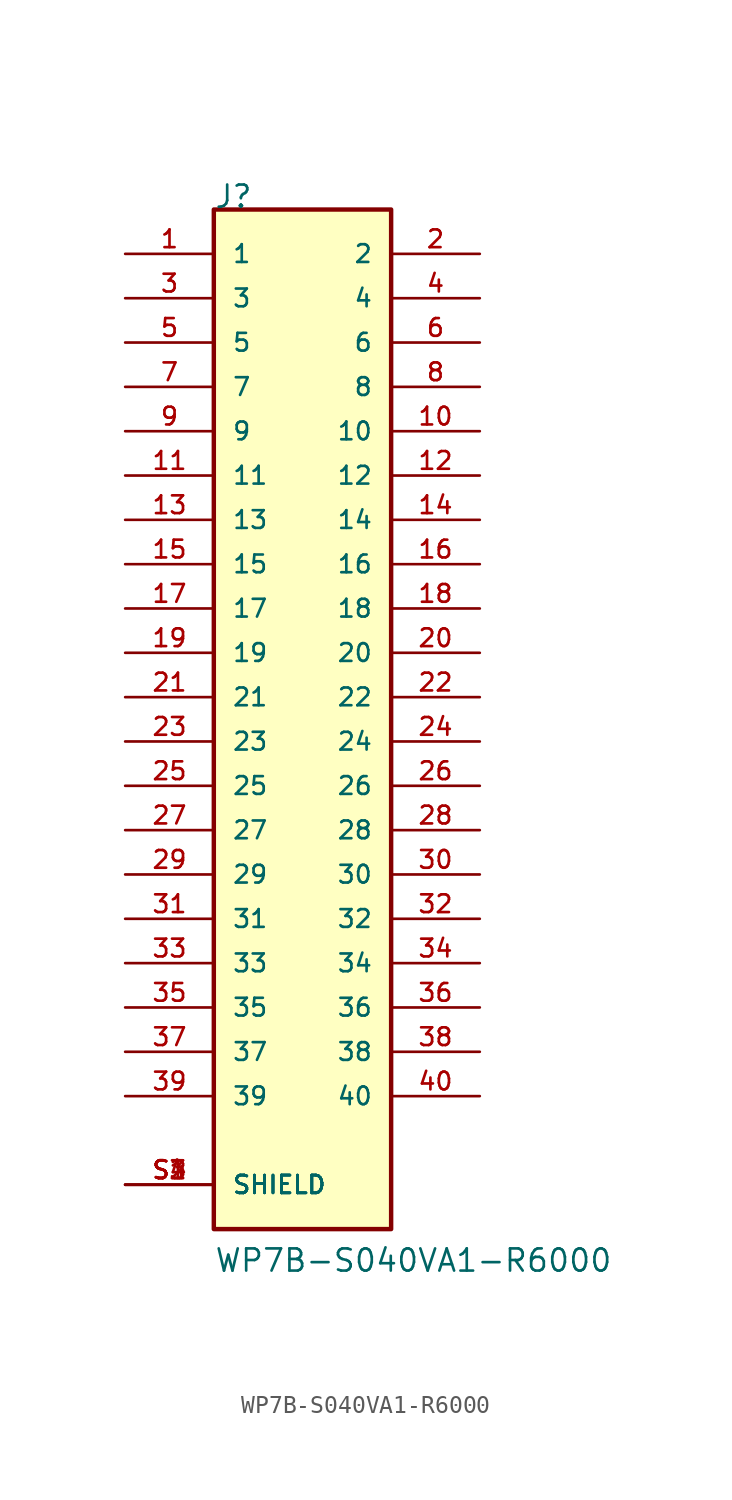
<source format=kicad_sym>
(kicad_symbol_lib
  (version 20241209)
  (generator "kicad_symbol_editor")
  (generator_version "9.0")
  (symbol "WP7B-S040VA1-R6000"
    (pin_names
      (offset 1.016))
    (property "Reference" "J"
      (at -5.08 27.94 0)
      (effects (font (size 1.27 1.27)) (justify left bottom)))
    (property "Value" "WP7B-S040VA1-R6000"
      (at -5.08 -33.02 0)
      (effects (font (size 1.27 1.27)) (justify left bottom)))
    (symbol "WP7B-S040VA1-R6000_0_0"
      (rectangle (start -5.08 -30.48) (end 5.08 27.94) (stroke (width 0.254) (type default)) (fill (type background)))
      (pin passive line (at -10.16 25.4 0) (length 5.08) (name "1" (effects (font (size 1.016 1.016)))) (number "1" (effects (font (size 1.016 1.016)))))
      (pin passive line (at -10.16 22.86 0) (length 5.08) (name "3" (effects (font (size 1.016 1.016)))) (number "3" (effects (font (size 1.016 1.016)))))
      (pin passive line (at -10.16 20.32 0) (length 5.08) (name "5" (effects (font (size 1.016 1.016)))) (number "5" (effects (font (size 1.016 1.016)))))
      (pin passive line (at -10.16 17.78 0) (length 5.08) (name "7" (effects (font (size 1.016 1.016)))) (number "7" (effects (font (size 1.016 1.016)))))
      (pin passive line (at -10.16 15.24 0) (length 5.08) (name "9" (effects (font (size 1.016 1.016)))) (number "9" (effects (font (size 1.016 1.016)))))
      (pin passive line (at -10.16 12.7 0) (length 5.08) (name "11" (effects (font (size 1.016 1.016)))) (number "11" (effects (font (size 1.016 1.016)))))
      (pin passive line (at -10.16 10.16 0) (length 5.08) (name "13" (effects (font (size 1.016 1.016)))) (number "13" (effects (font (size 1.016 1.016)))))
      (pin passive line (at -10.16 7.62 0) (length 5.08) (name "15" (effects (font (size 1.016 1.016)))) (number "15" (effects (font (size 1.016 1.016)))))
      (pin passive line (at -10.16 5.08 0) (length 5.08) (name "17" (effects (font (size 1.016 1.016)))) (number "17" (effects (font (size 1.016 1.016)))))
      (pin passive line (at -10.16 2.54 0) (length 5.08) (name "19" (effects (font (size 1.016 1.016)))) (number "19" (effects (font (size 1.016 1.016)))))
      (pin passive line (at -10.16 0 0) (length 5.08) (name "21" (effects (font (size 1.016 1.016)))) (number "21" (effects (font (size 1.016 1.016)))))
      (pin passive line (at -10.16 -2.54 0) (length 5.08) (name "23" (effects (font (size 1.016 1.016)))) (number "23" (effects (font (size 1.016 1.016)))))
      (pin passive line (at -10.16 -5.08 0) (length 5.08) (name "25" (effects (font (size 1.016 1.016)))) (number "25" (effects (font (size 1.016 1.016)))))
      (pin passive line (at -10.16 -7.62 0) (length 5.08) (name "27" (effects (font (size 1.016 1.016)))) (number "27" (effects (font (size 1.016 1.016)))))
      (pin passive line (at -10.16 -10.16 0) (length 5.08) (name "29" (effects (font (size 1.016 1.016)))) (number "29" (effects (font (size 1.016 1.016)))))
      (pin passive line (at -10.16 -12.7 0) (length 5.08) (name "31" (effects (font (size 1.016 1.016)))) (number "31" (effects (font (size 1.016 1.016)))))
      (pin passive line (at -10.16 -15.24 0) (length 5.08) (name "33" (effects (font (size 1.016 1.016)))) (number "33" (effects (font (size 1.016 1.016)))))
      (pin passive line (at -10.16 -17.78 0) (length 5.08) (name "35" (effects (font (size 1.016 1.016)))) (number "35" (effects (font (size 1.016 1.016)))))
      (pin passive line (at -10.16 -20.32 0) (length 5.08) (name "37" (effects (font (size 1.016 1.016)))) (number "37" (effects (font (size 1.016 1.016)))))
      (pin passive line (at -10.16 -22.86 0) (length 5.08) (name "39" (effects (font (size 1.016 1.016)))) (number "39" (effects (font (size 1.016 1.016)))))
      (pin passive line (at -10.16 -27.94 0) (length 5.08) (name "SHIELD" (effects (font (size 1.016 1.016)))) (number "S1" (effects (font (size 1.016 1.016)))))
      (pin passive line (at -10.16 -27.94 0) (length 5.08) (name "SHIELD" (effects (font (size 1.016 1.016)))) (number "S2" (effects (font (size 1.016 1.016)))))
      (pin passive line (at -10.16 -27.94 0) (length 5.08) (name "SHIELD" (effects (font (size 1.016 1.016)))) (number "S3" (effects (font (size 1.016 1.016)))))
      (pin passive line (at -10.16 -27.94 0) (length 5.08) (name "SHIELD" (effects (font (size 1.016 1.016)))) (number "S4" (effects (font (size 1.016 1.016)))))
      (pin passive line (at 10.16 25.4 180) (length 5.08) (name "2" (effects (font (size 1.016 1.016)))) (number "2" (effects (font (size 1.016 1.016)))))
      (pin passive line (at 10.16 22.86 180) (length 5.08) (name "4" (effects (font (size 1.016 1.016)))) (number "4" (effects (font (size 1.016 1.016)))))
      (pin passive line (at 10.16 20.32 180) (length 5.08) (name "6" (effects (font (size 1.016 1.016)))) (number "6" (effects (font (size 1.016 1.016)))))
      (pin passive line (at 10.16 17.78 180) (length 5.08) (name "8" (effects (font (size 1.016 1.016)))) (number "8" (effects (font (size 1.016 1.016)))))
      (pin passive line (at 10.16 15.24 180) (length 5.08) (name "10" (effects (font (size 1.016 1.016)))) (number "10" (effects (font (size 1.016 1.016)))))
      (pin passive line (at 10.16 12.7 180) (length 5.08) (name "12" (effects (font (size 1.016 1.016)))) (number "12" (effects (font (size 1.016 1.016)))))
      (pin passive line (at 10.16 10.16 180) (length 5.08) (name "14" (effects (font (size 1.016 1.016)))) (number "14" (effects (font (size 1.016 1.016)))))
      (pin passive line (at 10.16 7.62 180) (length 5.08) (name "16" (effects (font (size 1.016 1.016)))) (number "16" (effects (font (size 1.016 1.016)))))
      (pin passive line (at 10.16 5.08 180) (length 5.08) (name "18" (effects (font (size 1.016 1.016)))) (number "18" (effects (font (size 1.016 1.016)))))
      (pin passive line (at 10.16 2.54 180) (length 5.08) (name "20" (effects (font (size 1.016 1.016)))) (number "20" (effects (font (size 1.016 1.016)))))
      (pin passive line (at 10.16 0 180) (length 5.08) (name "22" (effects (font (size 1.016 1.016)))) (number "22" (effects (font (size 1.016 1.016)))))
      (pin passive line (at 10.16 -2.54 180) (length 5.08) (name "24" (effects (font (size 1.016 1.016)))) (number "24" (effects (font (size 1.016 1.016)))))
      (pin passive line (at 10.16 -5.08 180) (length 5.08) (name "26" (effects (font (size 1.016 1.016)))) (number "26" (effects (font (size 1.016 1.016)))))
      (pin passive line (at 10.16 -7.62 180) (length 5.08) (name "28" (effects (font (size 1.016 1.016)))) (number "28" (effects (font (size 1.016 1.016)))))
      (pin passive line (at 10.16 -10.16 180) (length 5.08) (name "30" (effects (font (size 1.016 1.016)))) (number "30" (effects (font (size 1.016 1.016)))))
      (pin passive line (at 10.16 -12.7 180) (length 5.08) (name "32" (effects (font (size 1.016 1.016)))) (number "32" (effects (font (size 1.016 1.016)))))
      (pin passive line (at 10.16 -15.24 180) (length 5.08) (name "34" (effects (font (size 1.016 1.016)))) (number "34" (effects (font (size 1.016 1.016)))))
      (pin passive line (at 10.16 -17.78 180) (length 5.08) (name "36" (effects (font (size 1.016 1.016)))) (number "36" (effects (font (size 1.016 1.016)))))
      (pin passive line (at 10.16 -20.32 180) (length 5.08) (name "38" (effects (font (size 1.016 1.016)))) (number "38" (effects (font (size 1.016 1.016)))))
      (pin passive line (at 10.16 -22.86 180) (length 5.08) (name "40" (effects (font (size 1.016 1.016)))) (number "40" (effects (font (size 1.016 1.016))))))))
</source>
